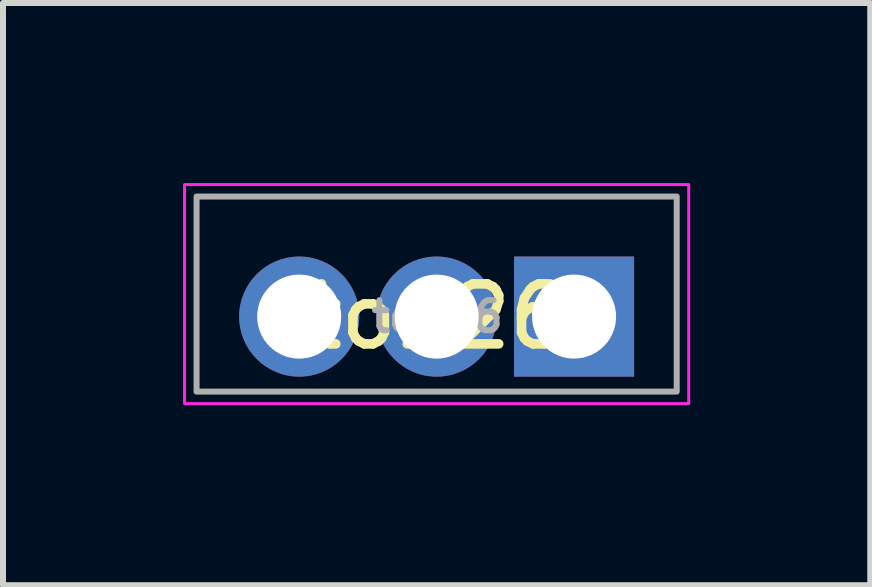
<source format=kicad_pcb>
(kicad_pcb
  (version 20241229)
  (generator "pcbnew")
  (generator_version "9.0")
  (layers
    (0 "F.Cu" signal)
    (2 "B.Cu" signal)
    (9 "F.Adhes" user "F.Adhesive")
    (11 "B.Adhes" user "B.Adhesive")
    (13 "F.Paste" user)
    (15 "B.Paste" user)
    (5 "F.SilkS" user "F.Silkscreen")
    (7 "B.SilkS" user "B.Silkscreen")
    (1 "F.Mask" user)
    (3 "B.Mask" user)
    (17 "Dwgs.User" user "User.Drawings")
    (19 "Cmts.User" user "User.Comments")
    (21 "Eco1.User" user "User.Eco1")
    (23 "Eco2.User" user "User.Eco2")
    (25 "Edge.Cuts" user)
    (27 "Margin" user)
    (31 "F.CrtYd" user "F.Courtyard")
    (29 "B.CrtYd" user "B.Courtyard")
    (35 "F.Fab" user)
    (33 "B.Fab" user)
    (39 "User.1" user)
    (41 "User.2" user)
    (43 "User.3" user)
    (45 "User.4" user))
  (footprint "to126"
    (layer "F.Cu")
    (at 1.935 2.225)
    (property "Reference" "to126" (at 2.3 0 0) (layer "F.SilkS") (effects (font (size 1 1) (thickness 0.16))))
    (attr through_hole exclude_from_pos_files)
    (fp_rect (start -1.91 -2.2) (end 6.49 1.45) (stroke (width 0.05) (type solid)) (fill no) (layer "F.CrtYd"))
    (fp_rect (start -1.71 -2) (end 6.29 1.25) (stroke (width 0.1) (type solid)) (fill no) (layer "F.Fab"))
    (fp_text user "${REFERENCE}" (at 2.3 0 0) (layer "F.Fab") (effects (font (size 0.5 0.5) (thickness 0.1) (bold yes))))
    (pad "1" thru_hole rect (at 4.58 0) (size 2 2) (drill 1.4) (layers "*.Cu" "*.Mask"))
    (pad "2" thru_hole circle (at 0 0) (size 2 2) (drill 1.4) (layers "*.Cu" "*.Mask"))
    (pad "3" thru_hole circle (at 2.29 0) (size 2 2) (drill 1.4) (layers "*.Cu" "*.Mask")))
  (gr_rect
    (start -3 -3)
    (end 11.45 6.7)
    (stroke (width 0.1) (type default))
    (fill no)
    (layer "Edge.Cuts")))
</source>
